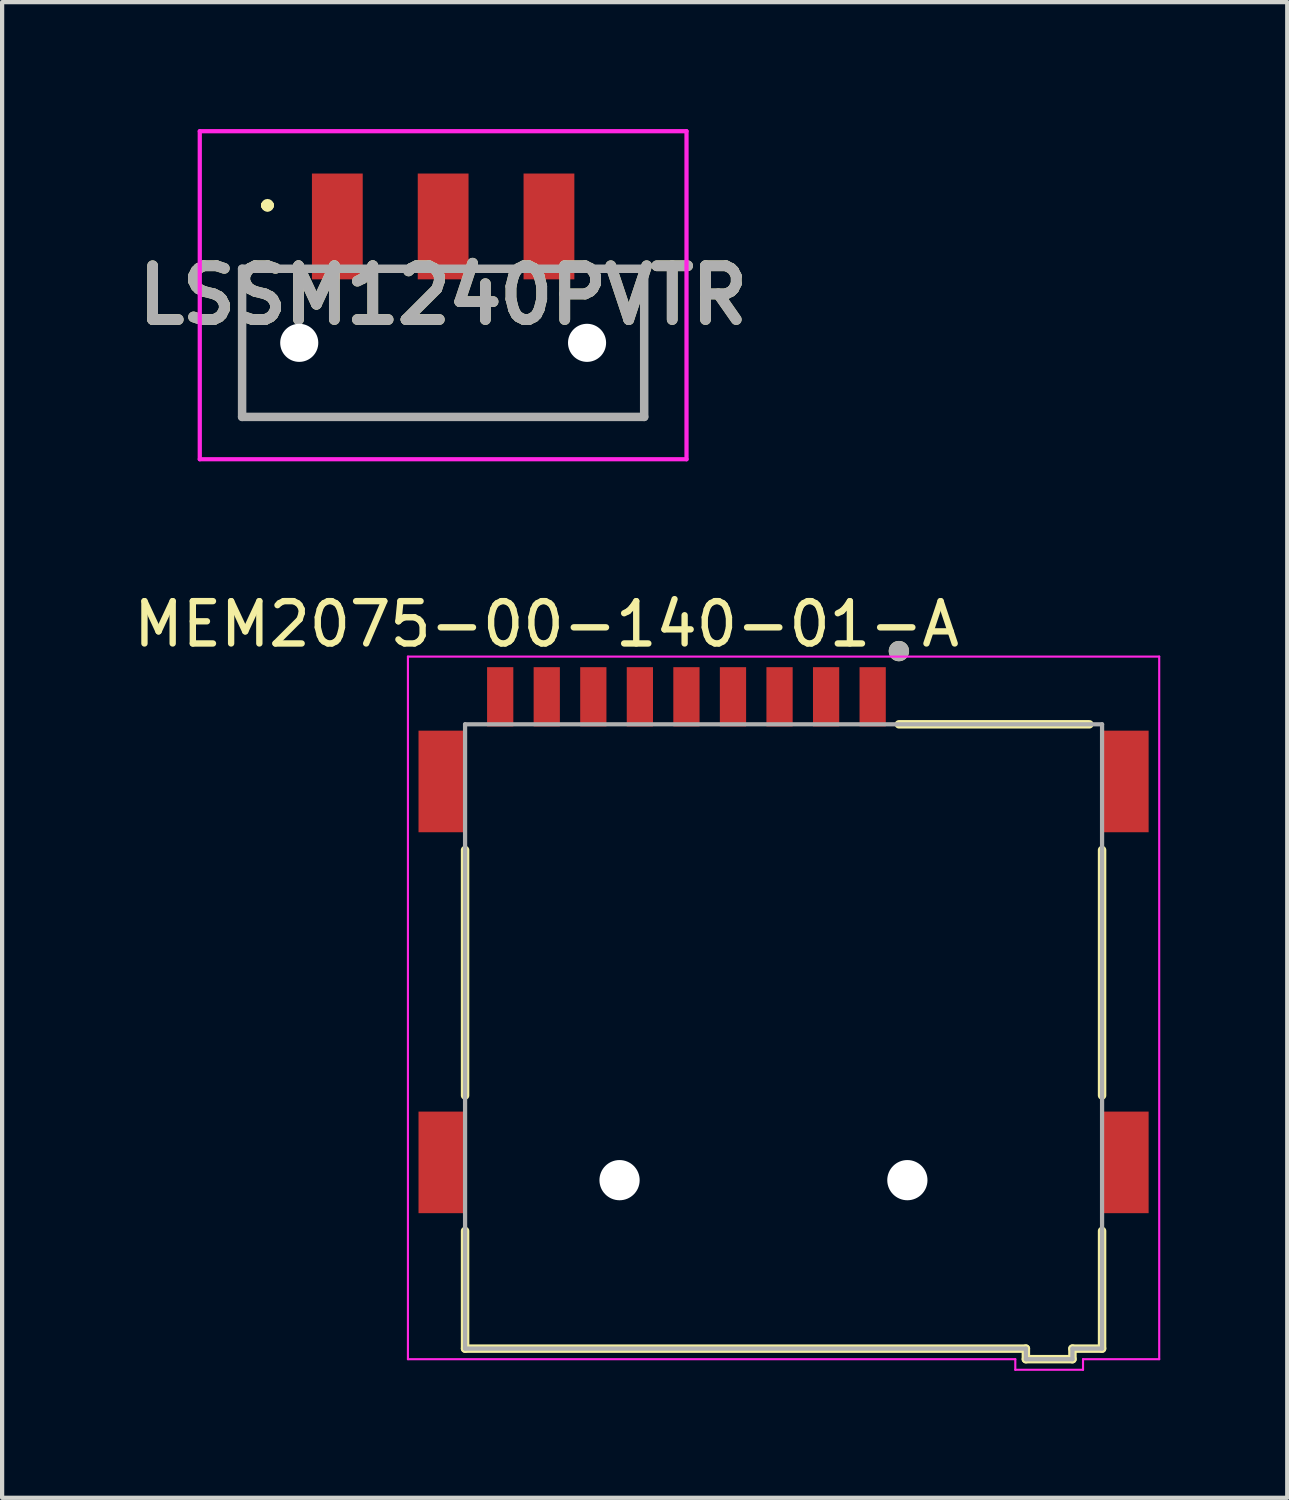
<source format=kicad_pcb>
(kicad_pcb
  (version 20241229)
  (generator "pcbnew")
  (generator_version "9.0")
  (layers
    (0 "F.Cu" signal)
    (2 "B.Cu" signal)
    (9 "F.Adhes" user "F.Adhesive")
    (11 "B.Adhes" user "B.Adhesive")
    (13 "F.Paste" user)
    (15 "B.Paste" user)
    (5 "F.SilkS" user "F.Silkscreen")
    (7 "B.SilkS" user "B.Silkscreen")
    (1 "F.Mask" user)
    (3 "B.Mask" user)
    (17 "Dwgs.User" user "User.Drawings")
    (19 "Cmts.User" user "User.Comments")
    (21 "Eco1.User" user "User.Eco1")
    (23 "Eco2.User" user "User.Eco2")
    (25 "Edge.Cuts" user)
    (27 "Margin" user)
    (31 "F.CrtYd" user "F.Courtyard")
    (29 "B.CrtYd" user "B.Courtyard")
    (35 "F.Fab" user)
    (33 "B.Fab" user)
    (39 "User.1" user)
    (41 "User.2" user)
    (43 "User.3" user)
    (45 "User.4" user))
  (footprint "MEM2075-00-140-01-A"
    (layer "F.Cu")
    (at 14.988 24.833)
    (property "Reference" "MEM2075-00-140-01-A" (at -5.125 -13.135 0) (layer "F.SilkS") (effects (font (size 1 1) (thickness 0.15))))
    (attr smd)
    (fp_line (start -7.05 -2) (end -7.05 -7.8) (stroke (width 0.2) (type solid)) (layer "F.SilkS"))
    (fp_line (start -7.05 3.98) (end -7.05 1.2) (stroke (width 0.2) (type solid)) (layer "F.SilkS"))
    (fp_line (start -7.05 3.98) (end 6.2 3.98) (stroke (width 0.2) (type solid)) (layer "F.SilkS"))
    (fp_line (start 3.2 -10.77) (end 7.7 -10.77) (stroke (width 0.2) (type solid)) (layer "F.SilkS"))
    (fp_line (start 6.2 3.98) (end 6.2 4.23) (stroke (width 0.2) (type solid)) (layer "F.SilkS"))
    (fp_line (start 6.2 4.23) (end 7.3 4.23) (stroke (width 0.2) (type solid)) (layer "F.SilkS"))
    (fp_line (start 7.3 3.98) (end 8 3.98) (stroke (width 0.2) (type solid)) (layer "F.SilkS"))
    (fp_line (start 7.3 4.23) (end 7.3 3.98) (stroke (width 0.2) (type solid)) (layer "F.SilkS"))
    (fp_line (start 8 -2) (end 8 -7.8) (stroke (width 0.2) (type solid)) (layer "F.SilkS"))
    (fp_line (start 8 3.98) (end 8 1.2) (stroke (width 0.2) (type solid)) (layer "F.SilkS"))
    (fp_circle (center 3.2 -12.5) (end 3.32 -12.5) (stroke (width 0.24) (type solid)) (fill no) (layer "F.SilkS"))
    (fp_line (start -8.4 -12.37) (end 9.35 -12.37) (stroke (width 0.05) (type solid)) (layer "F.CrtYd"))
    (fp_line (start -8.4 4.23) (end -8.4 -12.37) (stroke (width 0.05) (type solid)) (layer "F.CrtYd"))
    (fp_line (start -8.4 4.23) (end 5.95 4.23) (stroke (width 0.05) (type solid)) (layer "F.CrtYd"))
    (fp_line (start 5.95 4.23) (end 5.95 4.48) (stroke (width 0.05) (type solid)) (layer "F.CrtYd"))
    (fp_line (start 5.95 4.48) (end 7.55 4.48) (stroke (width 0.05) (type solid)) (layer "F.CrtYd"))
    (fp_line (start 7.55 4.23) (end 9.35 4.23) (stroke (width 0.05) (type solid)) (layer "F.CrtYd"))
    (fp_line (start 7.55 4.48) (end 7.55 4.23) (stroke (width 0.05) (type solid)) (layer "F.CrtYd"))
    (fp_line (start 9.35 -12.37) (end 9.35 4.23) (stroke (width 0.05) (type solid)) (layer "F.CrtYd"))
    (fp_line (start -7.05 -10.77) (end 8 -10.77) (stroke (width 0.1) (type solid)) (layer "F.Fab"))
    (fp_line (start -7.05 3.98) (end -7.05 -10.77) (stroke (width 0.1) (type solid)) (layer "F.Fab"))
    (fp_line (start -7.05 3.98) (end 6.2 3.98) (stroke (width 0.1) (type solid)) (layer "F.Fab"))
    (fp_line (start 6.2 3.98) (end 6.2 4.23) (stroke (width 0.1) (type solid)) (layer "F.Fab"))
    (fp_line (start 6.2 4.23) (end 7.3 4.23) (stroke (width 0.1) (type solid)) (layer "F.Fab"))
    (fp_line (start 7.3 3.98) (end 8 3.98) (stroke (width 0.1) (type solid)) (layer "F.Fab"))
    (fp_line (start 7.3 4.23) (end 7.3 3.98) (stroke (width 0.1) (type solid)) (layer "F.Fab"))
    (fp_line (start 8 3.98) (end 8 -10.77) (stroke (width 0.1) (type solid)) (layer "F.Fab"))
    (fp_circle (center 3.2 -12.5) (end 3.32 -12.5) (stroke (width 0.24) (type solid)) (fill no) (layer "F.Fab"))
    (pad "" np_thru_hole circle (at -3.4 0) (size 0.95 0.95) (drill 0.95) (layers "*.Cu" "*.Mask"))
    (pad "" np_thru_hole circle (at 3.4 0) (size 0.95 0.95) (drill 0.95) (layers "*.Cu" "*.Mask"))
    (pad "P1" smd rect (at 2.58 -11.42) (size 0.62 1.4) (layers "F.Cu" "F.Mask" "F.Paste"))
    (pad "P2" smd rect (at 1.48 -11.42) (size 0.62 1.4) (layers "F.Cu" "F.Mask" "F.Paste"))
    (pad "P3" smd rect (at 0.38 -11.42) (size 0.62 1.4) (layers "F.Cu" "F.Mask" "F.Paste"))
    (pad "P4" smd rect (at -0.72 -11.42) (size 0.62 1.4) (layers "F.Cu" "F.Mask" "F.Paste"))
    (pad "P5" smd rect (at -1.82 -11.42) (size 0.62 1.4) (layers "F.Cu" "F.Mask" "F.Paste"))
    (pad "P6" smd rect (at -2.92 -11.42) (size 0.62 1.4) (layers "F.Cu" "F.Mask" "F.Paste"))
    (pad "P7" smd rect (at -4.02 -11.42) (size 0.62 1.4) (layers "F.Cu" "F.Mask" "F.Paste"))
    (pad "P8" smd rect (at -5.12 -11.42) (size 0.62 1.4) (layers "F.Cu" "F.Mask" "F.Paste"))
    (pad "P9" smd rect (at -6.22 -11.42) (size 0.62 1.4) (layers "F.Cu" "F.Mask" "F.Paste"))
    (pad "SH1" smd rect (at -7.6 -0.42) (size 1.1 2.4) (layers "F.Cu" "F.Mask" "F.Paste"))
    (pad "SH2" smd rect (at -7.6 -9.42) (size 1.1 2.4) (layers "F.Cu" "F.Mask" "F.Paste"))
    (pad "SH3" smd rect (at 8.55 -9.42) (size 1.1 2.4) (layers "F.Cu" "F.Mask" "F.Paste"))
    (pad "SH4" smd rect (at 8.55 -0.42) (size 1.1 2.4) (layers "F.Cu" "F.Mask" "F.Paste"))
    (zone (net_name "") (layer "F.Cu") (hatch full 0.508) (connect_pads) (min_thickness 0.01) (filled_areas_thickness no) (keepout (tracks not_allowed) (vias not_allowed) (pads not_allowed) (copperpour not_allowed) (footprints allowed)) (placement (enabled no)) (fill) (polygon (pts (xy 7.938 16.913) (xy 18.138 16.913) (xy 18.138 20.963) (xy 7.938 20.963))))
    (zone (net_name "") (layers "F.Cu" "B.Cu") (hatch full 0.508) (connect_pads) (min_thickness 0.01) (filled_areas_thickness no) (keepout (tracks allowed) (vias not_allowed) (pads allowed) (copperpour allowed) (footprints allowed)) (placement (enabled no)) (fill) (polygon (pts (xy 7.938 16.913) (xy 18.138 16.913) (xy 18.138 20.963) (xy 7.938 20.963)))))
  (footprint "LSSM1240PVTR"
    (layer "F.Cu")
    (at 7.42 5.05)
    (property "Reference" "LSSM1240PVTR" (at 0 -1.125 0) (layer "F.SilkS") (effects (font (size 1.27 1.27) (thickness 0.254))))
    (attr through_hole)
    (fp_line (start -4.75 -1.75) (end -4.75 -1.75) (stroke (width 0.1) (type solid)) (layer "F.SilkS"))
    (fp_line (start -4.75 -1.75) (end -4.75 -1.75) (stroke (width 0.1) (type solid)) (layer "F.SilkS"))
    (fp_line (start -4.75 -1.75) (end -4.75 1.75) (stroke (width 0.1) (type solid)) (layer "F.SilkS"))
    (fp_line (start -4.75 -1.75) (end -3.75 -1.75) (stroke (width 0.1) (type solid)) (layer "F.SilkS"))
    (fp_line (start -4.75 1.75) (end -4.75 -1.75) (stroke (width 0.1) (type solid)) (layer "F.SilkS"))
    (fp_line (start -4.75 1.75) (end -4.75 1.75) (stroke (width 0.1) (type solid)) (layer "F.SilkS"))
    (fp_line (start -4.75 1.75) (end -4.75 1.75) (stroke (width 0.1) (type solid)) (layer "F.SilkS"))
    (fp_line (start -4.75 1.75) (end 4.75 1.75) (stroke (width 0.1) (type solid)) (layer "F.SilkS"))
    (fp_line (start -4.2 -3.25) (end -4.2 -3.25) (stroke (width 0.2) (type solid)) (layer "F.SilkS"))
    (fp_line (start -4.2 -3.25) (end -4.2 -3.25) (stroke (width 0.2) (type solid)) (layer "F.SilkS"))
    (fp_line (start -4.1 -3.25) (end -4.1 -3.25) (stroke (width 0.2) (type solid)) (layer "F.SilkS"))
    (fp_line (start -3.75 -1.75) (end -4.75 -1.75) (stroke (width 0.1) (type solid)) (layer "F.SilkS"))
    (fp_line (start -3.75 -1.75) (end -3.75 -1.75) (stroke (width 0.1) (type solid)) (layer "F.SilkS"))
    (fp_line (start 3.75 -1.75) (end 3.75 -1.75) (stroke (width 0.1) (type solid)) (layer "F.SilkS"))
    (fp_line (start 3.75 -1.75) (end 4.75 -1.75) (stroke (width 0.1) (type solid)) (layer "F.SilkS"))
    (fp_line (start 4.75 -1.75) (end 3.75 -1.75) (stroke (width 0.1) (type solid)) (layer "F.SilkS"))
    (fp_line (start 4.75 -1.75) (end 4.75 -1.75) (stroke (width 0.1) (type solid)) (layer "F.SilkS"))
    (fp_line (start 4.75 -1.75) (end 4.75 -1.75) (stroke (width 0.1) (type solid)) (layer "F.SilkS"))
    (fp_line (start 4.75 -1.75) (end 4.75 1.75) (stroke (width 0.1) (type solid)) (layer "F.SilkS"))
    (fp_line (start 4.75 1.75) (end -4.75 1.75) (stroke (width 0.1) (type solid)) (layer "F.SilkS"))
    (fp_line (start 4.75 1.75) (end 4.75 -1.75) (stroke (width 0.1) (type solid)) (layer "F.SilkS"))
    (fp_line (start 4.75 1.75) (end 4.75 1.75) (stroke (width 0.1) (type solid)) (layer "F.SilkS"))
    (fp_line (start 4.75 1.75) (end 4.75 1.75) (stroke (width 0.1) (type solid)) (layer "F.SilkS"))
    (fp_arc (start -4.2 -3.25) (mid -4.15 -3.3) (end -4.1 -3.25) (stroke (width 0.2) (type solid)) (layer "F.SilkS"))
    (fp_arc (start -4.1 -3.25) (mid -4.15 -3.2) (end -4.2 -3.25) (stroke (width 0.2) (type solid)) (layer "F.SilkS"))
    (fp_arc (start -4.1 -3.25) (mid -4.15 -3.2) (end -4.2 -3.25) (stroke (width 0.2) (type solid)) (layer "F.SilkS"))
    (fp_line (start -5.75 -5) (end 5.75 -5) (stroke (width 0.1) (type solid)) (layer "F.CrtYd"))
    (fp_line (start -5.75 2.75) (end -5.75 -5) (stroke (width 0.1) (type solid)) (layer "F.CrtYd"))
    (fp_line (start 5.75 -5) (end 5.75 2.75) (stroke (width 0.1) (type solid)) (layer "F.CrtYd"))
    (fp_line (start 5.75 2.75) (end -5.75 2.75) (stroke (width 0.1) (type solid)) (layer "F.CrtYd"))
    (fp_line (start -4.75 -1.75) (end -4.75 1.75) (stroke (width 0.2) (type solid)) (layer "F.Fab"))
    (fp_line (start -4.75 1.75) (end 4.75 1.75) (stroke (width 0.2) (type solid)) (layer "F.Fab"))
    (fp_line (start 4.75 -1.75) (end -4.75 -1.75) (stroke (width 0.2) (type solid)) (layer "F.Fab"))
    (fp_line (start 4.75 1.75) (end 4.75 -1.75) (stroke (width 0.2) (type solid)) (layer "F.Fab"))
    (fp_text user "${REFERENCE}" (at 0 -1.125 0) (layer "F.Fab") (effects (font (size 1.27 1.27) (thickness 0.254))))
    (pad "" np_thru_hole circle (at -3.4 0) (size 0.9 0.9) (drill 0.9) (layers "*.Cu" "*.Mask"))
    (pad "" np_thru_hole circle (at 3.4 0) (size 0.9 0.9) (drill 0.9) (layers "*.Cu" "*.Mask"))
    (pad "A1" smd rect (at -2.5 -2.75) (size 1.2 2.5) (layers "F.Cu" "F.Mask" "F.Paste"))
    (pad "B1" smd rect (at 0 -2.75) (size 1.2 2.5) (layers "F.Cu" "F.Mask" "F.Paste"))
    (pad "C1" smd rect (at 2.5 -2.75) (size 1.2 2.5) (layers "F.Cu" "F.Mask" "F.Paste")))
  (gr_rect
    (start -3 -3)
    (end 27.363 32.338)
    (stroke (width 0.1) (type default))
    (fill no)
    (layer "Edge.Cuts")))
</source>
